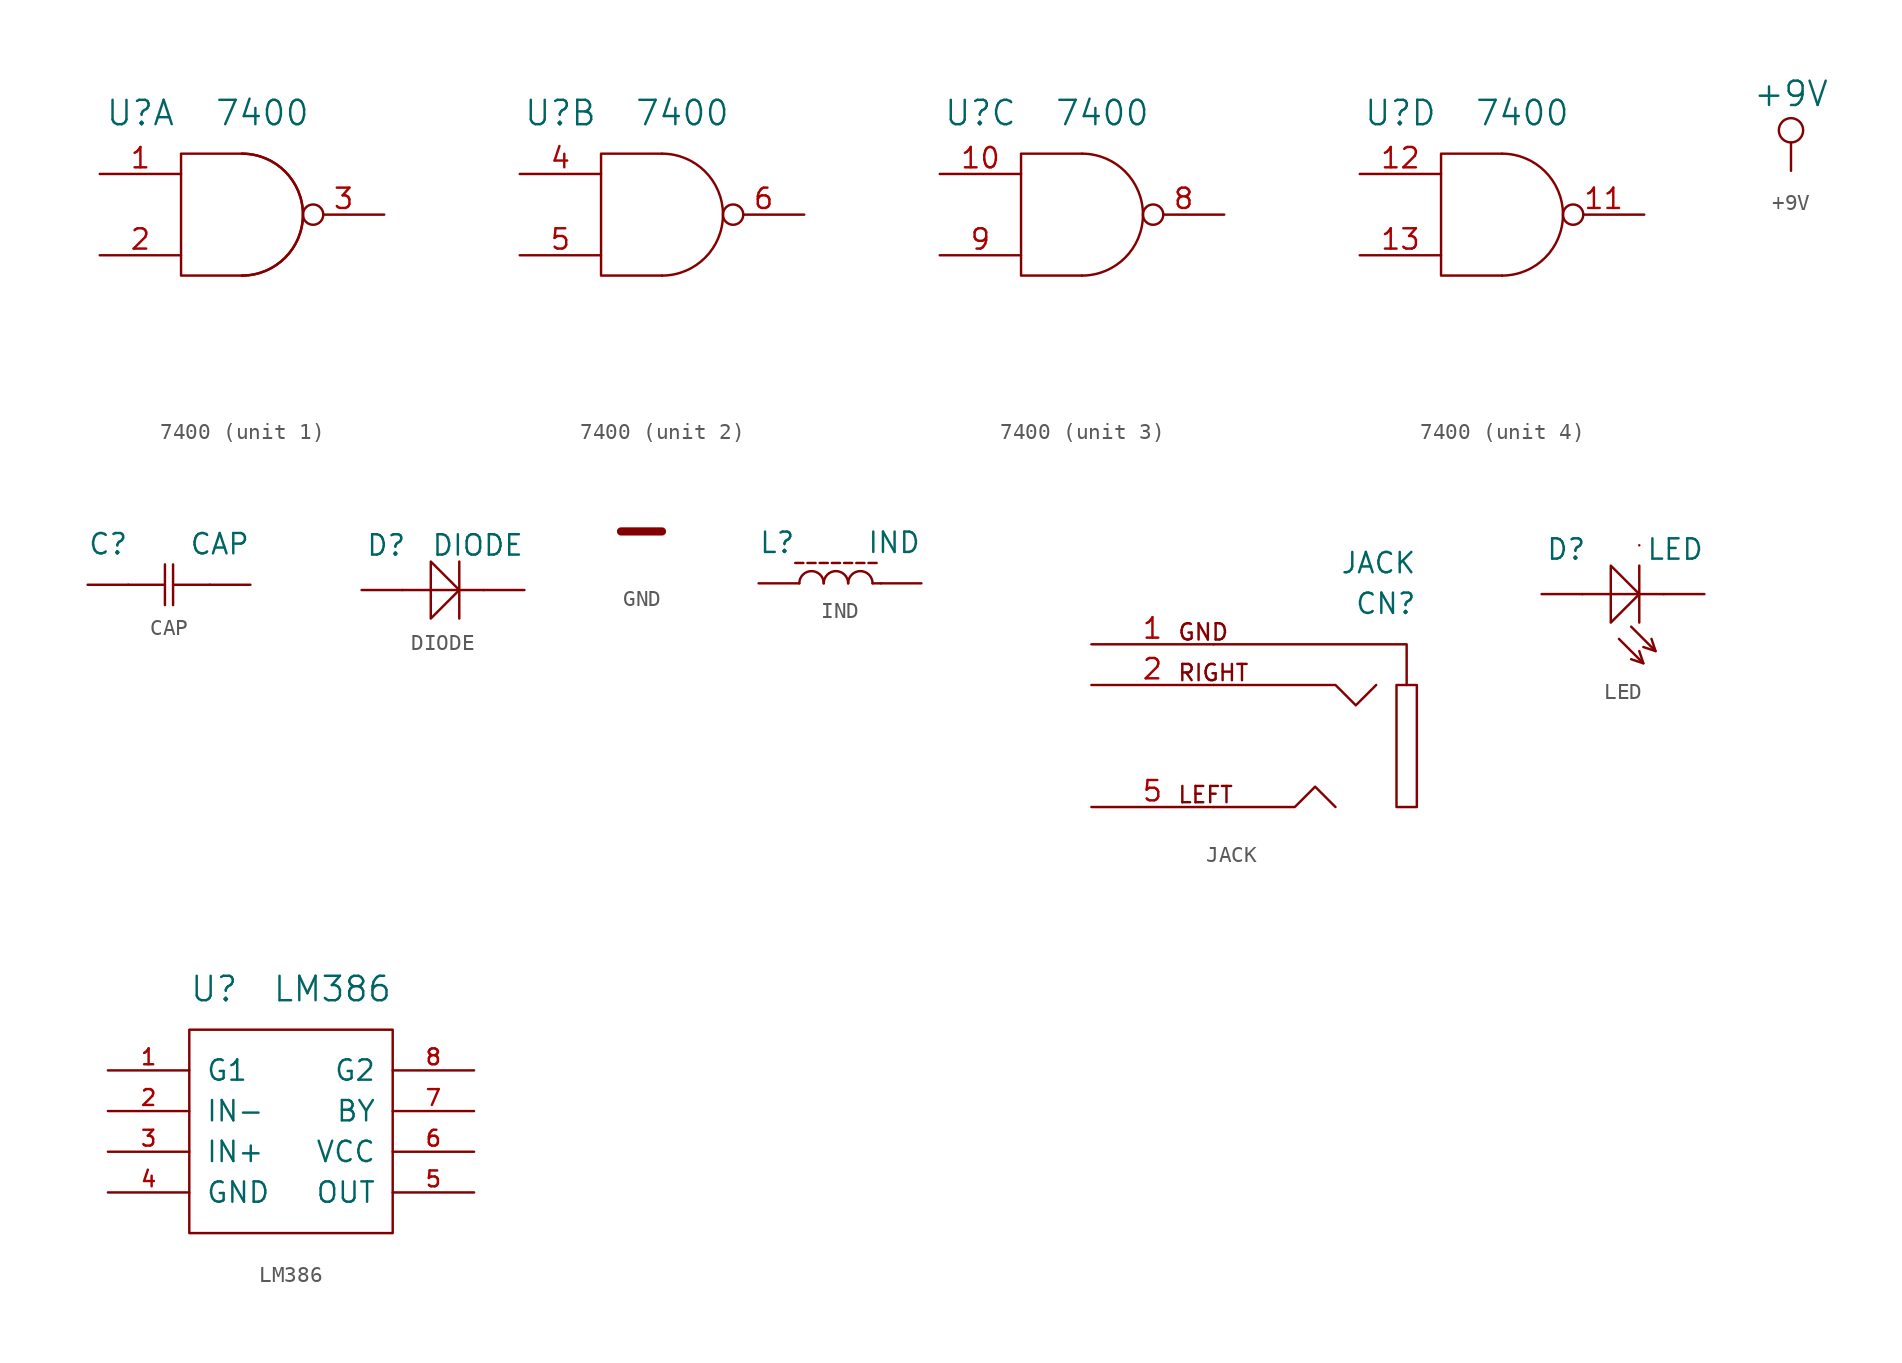
<source format=kicad_sym>
(kicad_symbol_lib
  (version 20211014)
  (generator kicad_symbol_editor)
  (symbol "7400"
    (pin_names
      (offset 0.33) hide)
    (property "Reference" "U"
      (at -6.35 5.08 0)
      (effects (font (size 1.524 1.524))))
    (property "Value" "7400"
      (at 1.27 5.08 0)
      (effects (font (size 1.524 1.524))))
    (property "Footprint" ""
      (at 0 0 0)
      (effects (font (size 1.524 1.524))))
    (property "Datasheet" ""
      (at 0 0 0)
      (effects (font (size 1.524 1.524))))
    (symbol "7400_0_1"
      (arc (start 0 -5.08) (mid 3.81 -1.27) (end 0 2.54) (stroke (width 0) (type default) (color 0 0 0 0)) (fill (type none)))
      (polyline (pts (xy 0 2.54) (xy -3.81 2.54) (xy -3.81 -5.08) (xy 0 -5.08)) (stroke (width 0) (type default) (color 0 0 0 0)) (fill (type none)))
      (pin power_in non_logic (at -8.89 -11.43 0) (length 5.08) hide (name "VCC" (effects (font (size 1.27 1.27)))) (number "14" (effects (font (size 1.27 1.27)))))
      (pin power_in non_logic (at -8.89 -8.89 0) (length 5.08) hide (name "GND" (effects (font (size 1.27 1.27)))) (number "7" (effects (font (size 1.27 1.27))))))
    (symbol "7400_1_1"
      (arc (start 0 -5.08) (mid 3.81 -1.27) (end 0 2.54) (stroke (width 0) (type default) (color 0 0 0 0)) (fill (type none)))
      (pin input line (at -8.89 1.27 0) (length 5.08) (name "4A" (effects (font (size 1.27 1.27)))) (number "1" (effects (font (size 1.27 1.27)))))
      (pin input line (at -8.89 -3.81 0) (length 5.08) (name "4B" (effects (font (size 1.27 1.27)))) (number "2" (effects (font (size 1.27 1.27)))))
      (pin output inverted (at 8.89 -1.27 180) (length 5.08) (name "4Q" (effects (font (size 1.27 1.27)))) (number "3" (effects (font (size 1.27 1.27))))))
    (symbol "7400_2_1"
      (pin input line (at -8.89 1.27 0) (length 5.08) (name "4A" (effects (font (size 1.27 1.27)))) (number "4" (effects (font (size 1.27 1.27)))))
      (pin input line (at -8.89 -3.81 0) (length 5.08) (name "4B" (effects (font (size 1.27 1.27)))) (number "5" (effects (font (size 1.27 1.27)))))
      (pin output inverted (at 8.89 -1.27 180) (length 5.08) (name "4Q" (effects (font (size 1.27 1.27)))) (number "6" (effects (font (size 1.27 1.27))))))
    (symbol "7400_3_1"
      (pin input line (at -8.89 1.27 0) (length 5.08) (name "4A" (effects (font (size 1.27 1.27)))) (number "10" (effects (font (size 1.27 1.27)))))
      (pin output inverted (at 8.89 -1.27 180) (length 5.08) (name "4Q" (effects (font (size 1.27 1.27)))) (number "8" (effects (font (size 1.27 1.27)))))
      (pin input line (at -8.89 -3.81 0) (length 5.08) (name "4B" (effects (font (size 1.27 1.27)))) (number "9" (effects (font (size 1.27 1.27))))))
    (symbol "7400_4_1"
      (pin output inverted (at 8.89 -1.27 180) (length 5.08) (name "4Q" (effects (font (size 1.27 1.27)))) (number "11" (effects (font (size 1.27 1.27)))))
      (pin input line (at -8.89 1.27 0) (length 5.08) (name "4A" (effects (font (size 1.27 1.27)))) (number "12" (effects (font (size 1.27 1.27)))))
      (pin input line (at -8.89 -3.81 0) (length 5.08) (name "4B" (effects (font (size 1.27 1.27)))) (number "13" (effects (font (size 1.27 1.27)))))))
  (symbol "+9V"
    (power)
    (pin_numbers hide)
    (pin_names
      (offset 1.016) hide)
    (property "Reference" "#VCC"
      (at 0 -2.54 0)
      (effects (font (size 1.524 1.524)) hide))
    (property "Value" "+9V"
      (at 0 4.826 0)
      (effects (font (size 1.524 1.524))))
    (property "Footprint" ""
      (at 0 0 0)
      (effects (font (size 1.524 1.524))))
    (property "Datasheet" ""
      (at 0 0 0)
      (effects (font (size 1.524 1.524))))
    (symbol "+9V_0_1"
      (polyline (pts (xy 0 0) (xy 0 1.778)) (stroke (width 0) (type default) (color 0 0 0 0)) (fill (type none)))
      (circle (center 0 2.54) (radius 0.762) (stroke (width 0) (type default) (color 0 0 0 0)) (fill (type none))))
    (symbol "+9V_1_1"
      (pin power_in line (at 0 0 270) (length 0) hide (name "VCC" (effects (font (size 1.27 1.27)))) (number "1" (effects (font (size 1.27 1.27)))))))
  (symbol "CAP"
    (pin_numbers hide)
    (pin_names
      (offset 1.016) hide)
    (property "Reference" "C"
      (at -5.08 2.54 0)
      (effects (font (size 1.27 1.27)) (justify left)))
    (property "Value" "CAP"
      (at 5.08 2.54 0)
      (effects (font (size 1.27 1.27)) (justify right)))
    (property "Footprint" ""
      (at 0 0 0)
      (effects (font (size 1.524 1.524))))
    (property "Datasheet" ""
      (at 0 0 0)
      (effects (font (size 1.524 1.524))))
    (symbol "CAP_0_1"
      (polyline (pts (xy -0.254 0) (xy -2.54 0)) (stroke (width 0) (type default) (color 0 0 0 0)) (fill (type none)))
      (polyline (pts (xy -0.254 1.27) (xy -0.254 -1.27)) (stroke (width 0) (type default) (color 0 0 0 0)) (fill (type none)))
      (polyline (pts (xy 0.254 0) (xy 2.54 0)) (stroke (width 0) (type default) (color 0 0 0 0)) (fill (type none)))
      (polyline (pts (xy 0.254 1.27) (xy 0.254 -1.27)) (stroke (width 0) (type default) (color 0 0 0 0)) (fill (type none))))
    (symbol "CAP_1_1"
      (pin passive line (at -5.08 0 0) (length 2.54) (name "1" (effects (font (size 1.27 1.27)))) (number "1" (effects (font (size 1.27 1.27)))))
      (pin passive line (at 5.08 0 180) (length 2.54) (name "2" (effects (font (size 1.27 1.27)))) (number "2" (effects (font (size 1.27 1.27)))))))
  (symbol "DIODE"
    (pin_numbers hide)
    (pin_names
      (offset 1.016) hide)
    (property "Reference" "D"
      (at -4.826 2.794 0)
      (effects (font (size 1.27 1.27)) (justify left)))
    (property "Value" "DIODE"
      (at 5.08 2.794 0)
      (effects (font (size 1.27 1.27)) (justify right)))
    (property "Footprint" ""
      (at 0 0 0)
      (effects (font (size 1.524 1.524))))
    (property "Datasheet" ""
      (at 0 0 0)
      (effects (font (size 1.524 1.524))))
    (symbol "DIODE_0_1"
      (polyline (pts (xy -2.54 0) (xy 2.54 0)) (stroke (width 0) (type default) (color 0 0 0 0)) (fill (type none)))
      (polyline (pts (xy 1.016 1.778) (xy 1.016 -1.778)) (stroke (width 0) (type default) (color 0 0 0 0)) (fill (type none)))
      (polyline (pts (xy -0.762 1.778) (xy 1.016 0) (xy -0.762 -1.778) (xy -0.762 1.778)) (stroke (width 0) (type default) (color 0 0 0 0)) (fill (type none))))
    (symbol "DIODE_1_1"
      (pin passive line (at -5.08 0 0) (length 2.54) (name "1" (effects (font (size 1.27 1.27)))) (number "1" (effects (font (size 1.27 1.27)))))
      (pin passive line (at 5.08 0 180) (length 2.54) (name "2" (effects (font (size 1.27 1.27)))) (number "2" (effects (font (size 1.27 1.27)))))))
  (symbol "GND"
    (power)
    (pin_numbers hide)
    (pin_names
      (offset 1.016) hide)
    (property "Reference" "#GND"
      (at 0 -2.54 0)
      (effects (font (size 1.524 1.524)) hide))
    (property "Footprint" ""
      (at 0 -2.54 0)
      (effects (font (size 1.524 1.524))))
    (property "Datasheet" ""
      (at 0 -2.54 0)
      (effects (font (size 1.524 1.524))))
    (symbol "GND_0_0"
      (polyline (pts (xy -1.27 0) (xy 1.27 0)) (stroke (width 0.508) (type default) (color 0 0 0 0)) (fill (type none))))
    (symbol "GND_1_1"
      (pin power_in line (at 0 0 270) (length 0) hide (name "GND" (effects (font (size 1.27 1.27)))) (number "1" (effects (font (size 1.27 1.27)))))))
  (symbol "IND"
    (pin_numbers hide)
    (pin_names
      (offset 1.016) hide)
    (property "Reference" "L"
      (at -5.08 2.54 0)
      (effects (font (size 1.27 1.27)) (justify left)))
    (property "Value" "IND"
      (at 5.08 2.54 0)
      (effects (font (size 1.27 1.27)) (justify right)))
    (property "Footprint" ""
      (at 0 0 0)
      (effects (font (size 1.524 1.524))))
    (property "Datasheet" ""
      (at 0 0 0)
      (effects (font (size 1.524 1.524))))
    (symbol "IND_0_1"
      (arc (start -1.016 0) (mid -1.778 0.762) (end -2.54 0) (stroke (width 0) (type default) (color 0 0 0 0)) (fill (type none)))
      (polyline (pts (xy -2.794 1.27) (xy -2.286 1.27)) (stroke (width 0) (type default) (color 0 0 0 0)) (fill (type none)))
      (polyline (pts (xy -2.032 1.27) (xy -1.524 1.27)) (stroke (width 0) (type default) (color 0 0 0 0)) (fill (type none)))
      (polyline (pts (xy -1.27 1.27) (xy -0.762 1.27)) (stroke (width 0) (type default) (color 0 0 0 0)) (fill (type none)))
      (polyline (pts (xy -0.508 1.27) (xy 0 1.27)) (stroke (width 0) (type default) (color 0 0 0 0)) (fill (type none)))
      (polyline (pts (xy 0.254 1.27) (xy 0.762 1.27)) (stroke (width 0) (type default) (color 0 0 0 0)) (fill (type none)))
      (polyline (pts (xy 1.016 1.27) (xy 1.524 1.27)) (stroke (width 0) (type default) (color 0 0 0 0)) (fill (type none)))
      (polyline (pts (xy 1.778 1.27) (xy 2.286 1.27)) (stroke (width 0) (type default) (color 0 0 0 0)) (fill (type none)))
      (polyline (pts (xy 2.032 0) (xy 2.54 0)) (stroke (width 0) (type default) (color 0 0 0 0)) (fill (type none)))
      (arc (start 0.508 0) (mid -0.254 0.762) (end -1.016 0) (stroke (width 0) (type default) (color 0 0 0 0)) (fill (type none)))
      (arc (start 2.032 0) (mid 1.27 0.762) (end 0.508 0) (stroke (width 0) (type default) (color 0 0 0 0)) (fill (type none))))
    (symbol "IND_1_1"
      (pin passive line (at -5.08 0 0) (length 2.54) (name "1" (effects (font (size 1.27 1.27)))) (number "1" (effects (font (size 1.27 1.27)))))
      (pin passive line (at 5.08 0 180) (length 2.54) (name "2" (effects (font (size 1.27 1.27)))) (number "2" (effects (font (size 1.27 1.27)))))))
  (symbol "JACK"
    (pin_names
      (offset 1.016) hide)
    (property "Reference" "CN"
      (at 12.7 7.62 0)
      (effects (font (size 1.27 1.27)) (justify right)))
    (property "Value" "JACK"
      (at 12.7 10.16 0)
      (effects (font (size 1.27 1.27)) (justify right)))
    (property "Footprint" ""
      (at -10.16 7.62 0)
      (effects (font (size 1.524 1.524))))
    (property "Datasheet" ""
      (at -10.16 7.62 0)
      (effects (font (size 1.524 1.524))))
    (symbol "JACK_0_0"
      (text "GND" (at -2.286 5.842 0) (effects (font (size 1.016 1.016)) (justify left)))
      (text "LEFT" (at -2.286 -4.318 0) (effects (font (size 1.016 1.016)) (justify left)))
      (text "RIGHT" (at -2.286 3.302 0) (effects (font (size 1.016 1.016)) (justify left))))
    (symbol "JACK_0_1"
      (polyline (pts (xy 12.065 2.54) (xy 12.065 5.08) (xy 0 5.08)) (stroke (width 0) (type default) (color 0 0 0 0)) (fill (type none)))
      (polyline (pts (xy 0 -5.08) (xy 5.08 -5.08) (xy 6.35 -3.81) (xy 7.62 -5.08)) (stroke (width 0) (type default) (color 0 0 0 0)) (fill (type none)))
      (polyline (pts (xy 0 2.54) (xy 7.62 2.54) (xy 8.89 1.27) (xy 10.16 2.54)) (stroke (width 0) (type default) (color 0 0 0 0)) (fill (type none)))
      (rectangle (start 11.43 2.54) (end 12.7 -5.08) (stroke (width 0) (type default) (color 0 0 0 0)) (fill (type none))))
    (symbol "JACK_1_1"
      (pin passive line (at -7.62 5.08 0) (length 7.62) (name "1" (effects (font (size 1.27 1.27)))) (number "1" (effects (font (size 1.27 1.27)))))
      (pin passive line (at -7.62 2.54 0) (length 7.62) (name "2" (effects (font (size 1.27 1.27)))) (number "2" (effects (font (size 1.27 1.27)))))
      (pin passive line (at -7.62 -5.08 0) (length 7.62) (name "5" (effects (font (size 1.27 1.27)))) (number "5" (effects (font (size 1.27 1.27)))))))
  (symbol "LED"
    (pin_numbers hide)
    (pin_names
      (offset 1.016) hide)
    (property "Reference" "D"
      (at -4.826 2.794 0)
      (effects (font (size 1.27 1.27)) (justify left)))
    (property "Value" "LED"
      (at 5.08 2.794 0)
      (effects (font (size 1.27 1.27)) (justify right)))
    (property "Footprint" ""
      (at 0 0 0)
      (effects (font (size 1.524 1.524))))
    (property "Datasheet" ""
      (at 0 0 0)
      (effects (font (size 1.524 1.524))))
    (symbol "LED_0_1"
      (polyline (pts (xy -2.54 0) (xy 2.54 0)) (stroke (width 0) (type default) (color 0 0 0 0)) (fill (type none)))
      (polyline (pts (xy 1.016 1.778) (xy 1.016 -1.778)) (stroke (width 0) (type default) (color 0 0 0 0)) (fill (type none)))
      (polyline (pts (xy 1.016 3.048) (xy 1.016 3.048)) (stroke (width 0) (type default) (color 0 0 0 0)) (fill (type none)))
      (polyline (pts (xy 1.27 -4.318) (xy -0.254 -2.794)) (stroke (width 0) (type default) (color 0 0 0 0)) (fill (type none)))
      (polyline (pts (xy 2.032 -3.556) (xy 1.27 -3.302)) (stroke (width 0) (type default) (color 0 0 0 0)) (fill (type none)))
      (polyline (pts (xy 0.508 -2.032) (xy 2.032 -3.556) (xy 1.778 -2.794)) (stroke (width 0) (type default) (color 0 0 0 0)) (fill (type none)))
      (polyline (pts (xy 1.016 -3.556) (xy 1.27 -4.318) (xy 0.508 -4.064)) (stroke (width 0) (type default) (color 0 0 0 0)) (fill (type none)))
      (polyline (pts (xy -0.762 1.778) (xy 1.016 0) (xy -0.762 -1.778) (xy -0.762 1.778)) (stroke (width 0) (type default) (color 0 0 0 0)) (fill (type none))))
    (symbol "LED_1_1"
      (pin passive line (at -5.08 0 0) (length 2.54) (name "1" (effects (font (size 1.27 1.27)))) (number "1" (effects (font (size 1.27 1.27)))))
      (pin passive line (at 5.08 0 180) (length 2.54) (name "2" (effects (font (size 1.27 1.27)))) (number "2" (effects (font (size 1.27 1.27)))))))
  (symbol "LM386"
    (pin_names
      (offset 1.016))
    (property "Reference" "U"
      (at -6.35 8.89 0)
      (effects (font (size 1.524 1.524)) (justify left)))
    (property "Value" "LM386"
      (at 6.35 8.89 0)
      (effects (font (size 1.524 1.524)) (justify right)))
    (property "Footprint" ""
      (at 0 0 0)
      (effects (font (size 1.524 1.524))))
    (property "Datasheet" ""
      (at 0 0 0)
      (effects (font (size 1.524 1.524))))
    (symbol "LM386_0_0"
      (rectangle (start -6.35 6.35) (end 6.35 -6.35) (stroke (width 0) (type default) (color 0 0 0 0)) (fill (type none))))
    (symbol "LM386_1_1"
      (pin passive line (at -11.43 3.81 0) (length 5.08) (name "G1" (effects (font (size 1.27 1.27)))) (number "1" (effects (font (size 0.991 0.991)))))
      (pin input line (at -11.43 1.27 0) (length 5.08) (name "IN-" (effects (font (size 1.27 1.27)))) (number "2" (effects (font (size 0.991 0.991)))))
      (pin passive line (at -11.43 -1.27 0) (length 5.08) (name "IN+" (effects (font (size 1.27 1.27)))) (number "3" (effects (font (size 0.991 0.991)))))
      (pin passive line (at -11.43 -3.81 0) (length 5.08) (name "GND" (effects (font (size 1.27 1.27)))) (number "4" (effects (font (size 0.991 0.991)))))
      (pin output line (at 11.43 -3.81 180) (length 5.08) (name "OUT" (effects (font (size 1.27 1.27)))) (number "5" (effects (font (size 0.991 0.991)))))
      (pin passive line (at 11.43 -1.27 180) (length 5.08) (name "VCC" (effects (font (size 1.27 1.27)))) (number "6" (effects (font (size 0.991 0.991)))))
      (pin passive line (at 11.43 1.27 180) (length 5.08) (name "BY" (effects (font (size 1.27 1.27)))) (number "7" (effects (font (size 0.991 0.991)))))
      (pin passive line (at 11.43 3.81 180) (length 5.08) (name "G2" (effects (font (size 1.27 1.27)))) (number "8" (effects (font (size 0.991 0.991))))))))
</source>
